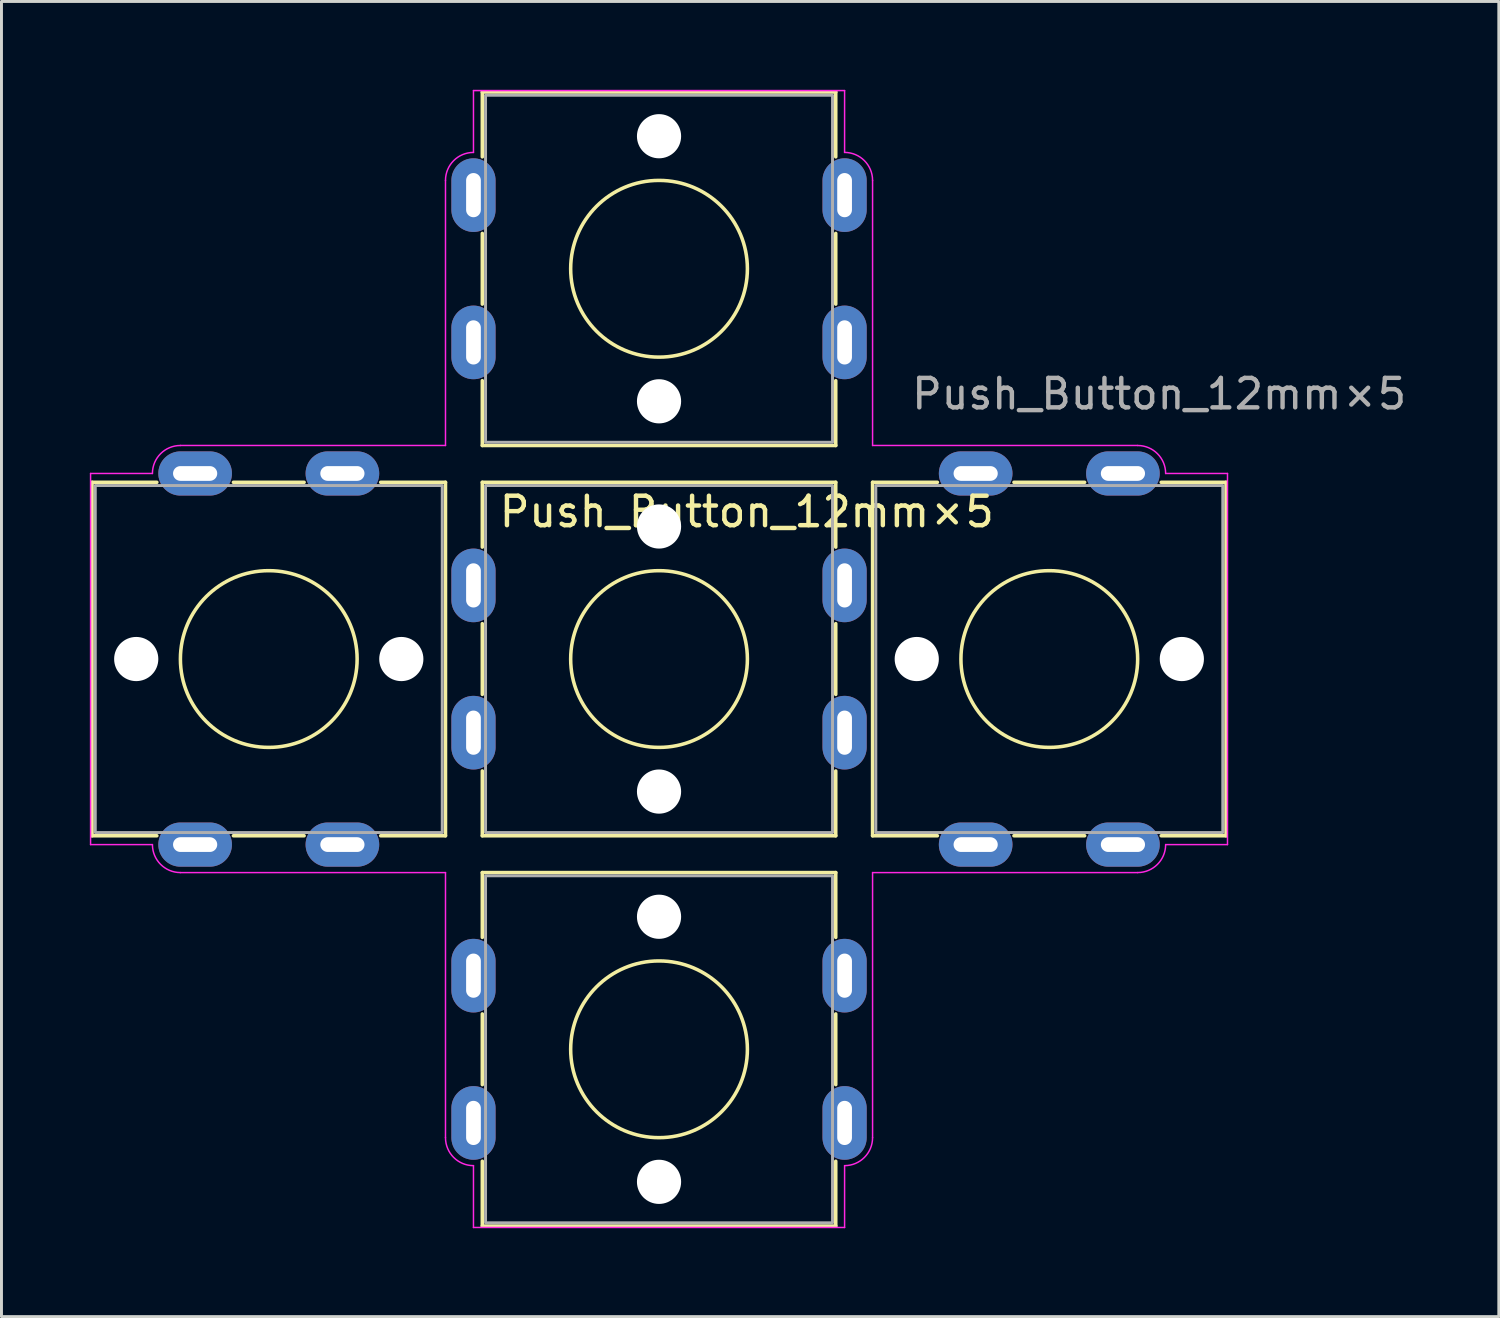
<source format=kicad_pcb>
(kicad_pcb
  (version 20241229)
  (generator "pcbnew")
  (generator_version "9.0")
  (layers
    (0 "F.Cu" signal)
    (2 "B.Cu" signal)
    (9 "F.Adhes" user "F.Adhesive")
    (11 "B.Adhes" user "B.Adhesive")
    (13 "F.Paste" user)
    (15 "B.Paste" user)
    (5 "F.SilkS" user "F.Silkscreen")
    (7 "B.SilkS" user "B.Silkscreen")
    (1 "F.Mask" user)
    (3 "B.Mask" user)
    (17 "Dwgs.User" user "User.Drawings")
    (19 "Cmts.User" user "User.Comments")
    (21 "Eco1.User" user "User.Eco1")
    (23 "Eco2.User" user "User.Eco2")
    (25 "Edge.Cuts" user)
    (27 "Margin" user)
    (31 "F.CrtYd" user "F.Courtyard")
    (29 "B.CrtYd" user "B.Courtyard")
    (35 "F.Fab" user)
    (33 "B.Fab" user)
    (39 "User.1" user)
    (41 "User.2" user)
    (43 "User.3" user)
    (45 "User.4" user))
  (footprint "Push_Button_12mm×5"
    (layer "F.Cu")
    (at 19.325 19.325)
    (property "Reference" "Push_Button_12mm×5" (at -5.5 -5 0) (layer "F.SilkS") (effects (font (size 1 1) (thickness 0.15)) (justify left)))
    (attr through_hole)
    (fp_line (start -19.25 -6) (end -17.05 -6) (stroke (width 0.12) (type default)) (layer "F.SilkS"))
    (fp_line (start -19.25 6) (end -19.25 -6) (stroke (width 0.12) (type default)) (layer "F.SilkS"))
    (fp_line (start -19.25 6) (end -17.05 6) (stroke (width 0.12) (type default)) (layer "F.SilkS"))
    (fp_line (start -14.45 -6) (end -12.05 -6) (stroke (width 0.12) (type default)) (layer "F.SilkS"))
    (fp_line (start -14.45 6) (end -12.05 6) (stroke (width 0.12) (type default)) (layer "F.SilkS"))
    (fp_line (start -9.45 -6) (end -7.25 -6) (stroke (width 0.12) (type default)) (layer "F.SilkS"))
    (fp_line (start -9.45 6) (end -7.25 6) (stroke (width 0.12) (type default)) (layer "F.SilkS"))
    (fp_line (start -7.25 -6) (end -7.25 6) (stroke (width 0.12) (type default)) (layer "F.SilkS"))
    (fp_line (start -6 -19.25) (end -6 -17.05) (stroke (width 0.12) (type default)) (layer "F.SilkS"))
    (fp_line (start -6 -19.25) (end 6 -19.25) (stroke (width 0.12) (type default)) (layer "F.SilkS"))
    (fp_line (start -6 -14.45) (end -6 -12.05) (stroke (width 0.12) (type default)) (layer "F.SilkS"))
    (fp_line (start -6 -9.45) (end -6 -7.25) (stroke (width 0.12) (type default)) (layer "F.SilkS"))
    (fp_line (start -6 -6) (end -6 -3.8) (stroke (width 0.12) (type default)) (layer "F.SilkS"))
    (fp_line (start -6 -6) (end 6 -6) (stroke (width 0.12) (type default)) (layer "F.SilkS"))
    (fp_line (start -6 -1.2) (end -6 1.2) (stroke (width 0.12) (type default)) (layer "F.SilkS"))
    (fp_line (start -6 3.8) (end -6 6) (stroke (width 0.12) (type default)) (layer "F.SilkS"))
    (fp_line (start -6 7.25) (end -6 9.45) (stroke (width 0.12) (type default)) (layer "F.SilkS"))
    (fp_line (start -6 7.25) (end 6 7.25) (stroke (width 0.12) (type default)) (layer "F.SilkS"))
    (fp_line (start -6 12.05) (end -6 14.45) (stroke (width 0.12) (type default)) (layer "F.SilkS"))
    (fp_line (start -6 17.05) (end -6 19.25) (stroke (width 0.12) (type default)) (layer "F.SilkS"))
    (fp_line (start 6 -19.25) (end 6 -17.05) (stroke (width 0.12) (type default)) (layer "F.SilkS"))
    (fp_line (start 6 -14.45) (end 6 -12.05) (stroke (width 0.12) (type default)) (layer "F.SilkS"))
    (fp_line (start 6 -9.45) (end 6 -7.25) (stroke (width 0.12) (type default)) (layer "F.SilkS"))
    (fp_line (start 6 -7.25) (end -6 -7.25) (stroke (width 0.12) (type default)) (layer "F.SilkS"))
    (fp_line (start 6 -6) (end 6 -3.8) (stroke (width 0.12) (type default)) (layer "F.SilkS"))
    (fp_line (start 6 -1.2) (end 6 1.2) (stroke (width 0.12) (type default)) (layer "F.SilkS"))
    (fp_line (start 6 3.8) (end 6 6) (stroke (width 0.12) (type default)) (layer "F.SilkS"))
    (fp_line (start 6 6) (end -6 6) (stroke (width 0.12) (type default)) (layer "F.SilkS"))
    (fp_line (start 6 7.25) (end 6 9.45) (stroke (width 0.12) (type default)) (layer "F.SilkS"))
    (fp_line (start 6 12.05) (end 6 14.45) (stroke (width 0.12) (type default)) (layer "F.SilkS"))
    (fp_line (start 6 17.05) (end 6 19.25) (stroke (width 0.12) (type default)) (layer "F.SilkS"))
    (fp_line (start 6 19.25) (end -6 19.25) (stroke (width 0.12) (type default)) (layer "F.SilkS"))
    (fp_line (start 7.25 -6) (end 7.25 6) (stroke (width 0.12) (type default)) (layer "F.SilkS"))
    (fp_line (start 7.25 -6) (end 9.45 -6) (stroke (width 0.12) (type default)) (layer "F.SilkS"))
    (fp_line (start 7.25 6) (end 9.45 6) (stroke (width 0.12) (type default)) (layer "F.SilkS"))
    (fp_line (start 12.05 -6) (end 14.45 -6) (stroke (width 0.12) (type default)) (layer "F.SilkS"))
    (fp_line (start 12.05 6) (end 14.45 6) (stroke (width 0.12) (type default)) (layer "F.SilkS"))
    (fp_line (start 17.05 -6) (end 19.25 -6) (stroke (width 0.12) (type default)) (layer "F.SilkS"))
    (fp_line (start 17.05 6) (end 19.25 6) (stroke (width 0.12) (type default)) (layer "F.SilkS"))
    (fp_line (start 19.25 -6) (end 19.25 6) (stroke (width 0.12) (type default)) (layer "F.SilkS"))
    (fp_circle (center -13.25 0) (end -10.25 0) (stroke (width 0.12) (type default)) (fill no) (layer "F.SilkS"))
    (fp_circle (center 0 -13.25) (end 3 -13.25) (stroke (width 0.12) (type default)) (fill no) (layer "F.SilkS"))
    (fp_circle (center 0 0) (end 3 0) (stroke (width 0.12) (type default)) (fill no) (layer "F.SilkS"))
    (fp_circle (center 0 13.25) (end 3 13.25) (stroke (width 0.12) (type default)) (fill no) (layer "F.SilkS"))
    (fp_circle (center 13.25 0) (end 16.25 0) (stroke (width 0.12) (type default)) (fill no) (layer "F.SilkS"))
    (fp_line (start -19.3 -6.3) (end -19.3 6.3) (stroke (width 0.05) (type default)) (layer "F.CrtYd"))
    (fp_line (start -19.3 -6.3) (end -17.2 -6.3) (stroke (width 0.05) (type default)) (layer "F.CrtYd"))
    (fp_line (start -19.3 6.3) (end -17.2 6.3) (stroke (width 0.05) (type default)) (layer "F.CrtYd"))
    (fp_line (start -16.25 -7.25) (end -7.25 -7.25) (stroke (width 0.05) (type default)) (layer "F.CrtYd"))
    (fp_line (start -7.25 -7.25) (end -7.25 -16.25) (stroke (width 0.05) (type default)) (layer "F.CrtYd"))
    (fp_line (start -7.25 7.25) (end -16.25 7.25) (stroke (width 0.05) (type default)) (layer "F.CrtYd"))
    (fp_line (start -7.25 16.25) (end -7.25 7.25) (stroke (width 0.05) (type default)) (layer "F.CrtYd"))
    (fp_line (start -6.3 -19.3) (end -6.3 -17.2) (stroke (width 0.05) (type default)) (layer "F.CrtYd"))
    (fp_line (start -6.3 -19.3) (end 6.3 -19.3) (stroke (width 0.05) (type default)) (layer "F.CrtYd"))
    (fp_line (start -6.3 19.3) (end -6.3 17.2) (stroke (width 0.05) (type default)) (layer "F.CrtYd"))
    (fp_line (start 6.3 -19.3) (end 6.3 -17.2) (stroke (width 0.05) (type default)) (layer "F.CrtYd"))
    (fp_line (start 6.3 19.3) (end -6.3 19.3) (stroke (width 0.05) (type default)) (layer "F.CrtYd"))
    (fp_line (start 6.3 19.3) (end 6.3 17.2) (stroke (width 0.05) (type default)) (layer "F.CrtYd"))
    (fp_line (start 7.25 -16.25) (end 7.25 -7.25) (stroke (width 0.05) (type default)) (layer "F.CrtYd"))
    (fp_line (start 7.25 -7.25) (end 16.25 -7.25) (stroke (width 0.05) (type default)) (layer "F.CrtYd"))
    (fp_line (start 7.25 7.25) (end 7.25 16.25) (stroke (width 0.05) (type default)) (layer "F.CrtYd"))
    (fp_line (start 16.25 7.25) (end 7.25 7.25) (stroke (width 0.05) (type default)) (layer "F.CrtYd"))
    (fp_line (start 19.3 -6.3) (end 17.2 -6.3) (stroke (width 0.05) (type default)) (layer "F.CrtYd"))
    (fp_line (start 19.3 -6.3) (end 19.3 6.3) (stroke (width 0.05) (type default)) (layer "F.CrtYd"))
    (fp_line (start 19.3 6.3) (end 17.2 6.3) (stroke (width 0.05) (type default)) (layer "F.CrtYd"))
    (fp_arc (start -17.2 -6.3) (mid -16.921751 -6.971751) (end -16.25 -7.25) (stroke (width 0.05) (type default)) (layer "F.CrtYd"))
    (fp_arc (start -16.25 7.25) (mid -16.921751 6.971751) (end -17.2 6.3) (stroke (width 0.05) (type default)) (layer "F.CrtYd"))
    (fp_arc (start -7.25 -16.25) (mid -6.971751 -16.921751) (end -6.3 -17.2) (stroke (width 0.05) (type default)) (layer "F.CrtYd"))
    (fp_arc (start -6.3 17.2) (mid -6.971751 16.921751) (end -7.25 16.25) (stroke (width 0.05) (type default)) (layer "F.CrtYd"))
    (fp_arc (start 6.3 -17.2) (mid 6.971751 -16.921751) (end 7.25 -16.25) (stroke (width 0.05) (type default)) (layer "F.CrtYd"))
    (fp_arc (start 7.25 16.25) (mid 6.971751 16.921751) (end 6.3 17.2) (stroke (width 0.05) (type default)) (layer "F.CrtYd"))
    (fp_arc (start 16.25 -7.25) (mid 16.921751 -6.971751) (end 17.2 -6.3) (stroke (width 0.05) (type default)) (layer "F.CrtYd"))
    (fp_arc (start 17.2 6.3) (mid 16.921751 6.971751) (end 16.25 7.25) (stroke (width 0.05) (type default)) (layer "F.CrtYd"))
    (fp_rect (start -19.14 -5.89) (end -7.36 5.89) (stroke (width 0.1) (type default)) (fill no) (layer "F.Fab"))
    (fp_rect (start -5.89 -19.14) (end 5.89 -7.36) (stroke (width 0.1) (type default)) (fill no) (layer "F.Fab"))
    (fp_rect (start -5.89 -5.89) (end 5.89 5.89) (stroke (width 0.1) (type default)) (fill no) (layer "F.Fab"))
    (fp_rect (start -5.89 7.36) (end 5.89 19.14) (stroke (width 0.1) (type default)) (fill no) (layer "F.Fab"))
    (fp_rect (start 7.36 -5.89) (end 19.14 5.89) (stroke (width 0.1) (type default)) (fill no) (layer "F.Fab"))
    (fp_text user "${REFERENCE}" (at 8.5 -9 0) (layer "F.Fab") (effects (font (size 1 1) (thickness 0.15)) (justify left)))
    (pad "" np_thru_hole circle (at -17.75 0 90) (size 1.5 1.5) (drill 1.5) (layers "*.Cu" "*.Mask"))
    (pad "" np_thru_hole circle (at -8.75 0 90) (size 1.5 1.5) (drill 1.5) (layers "*.Cu" "*.Mask"))
    (pad "" np_thru_hole circle (at 0 -17.75) (size 1.5 1.5) (drill 1.5) (layers "*.Cu" "*.Mask"))
    (pad "" np_thru_hole circle (at 0 -8.75) (size 1.5 1.5) (drill 1.5) (layers "*.Cu" "*.Mask"))
    (pad "" np_thru_hole circle (at 0 -4.5) (size 1.5 1.5) (drill 1.5) (layers "*.Cu" "*.Mask"))
    (pad "" np_thru_hole circle (at 0 4.5) (size 1.5 1.5) (drill 1.5) (layers "*.Cu" "*.Mask"))
    (pad "" np_thru_hole circle (at 0 8.75) (size 1.5 1.5) (drill 1.5) (layers "*.Cu" "*.Mask"))
    (pad "" np_thru_hole circle (at 0 17.75) (size 1.5 1.5) (drill 1.5) (layers "*.Cu" "*.Mask"))
    (pad "" np_thru_hole circle (at 8.75 0 90) (size 1.5 1.5) (drill 1.5) (layers "*.Cu" "*.Mask"))
    (pad "" np_thru_hole circle (at 17.75 0 90) (size 1.5 1.5) (drill 1.5) (layers "*.Cu" "*.Mask"))
    (pad "1" thru_hole oval (at -6.3 -2.5) (size 1.5 2.5) (drill oval 0.5 1.5) (layers "*.Cu" "*.Mask"))
    (pad "1" thru_hole oval (at 6.3 -2.5) (size 1.5 2.5) (drill oval 0.5 1.5) (layers "*.Cu" "*.Mask"))
    (pad "2" thru_hole oval (at -6.3 2.5) (size 1.5 2.5) (drill oval 0.5 1.5) (layers "*.Cu" "*.Mask"))
    (pad "2" thru_hole oval (at 6.3 2.5) (size 1.5 2.5) (drill oval 0.5 1.5) (layers "*.Cu" "*.Mask"))
    (pad "3" thru_hole oval (at -6.3 -15.75) (size 1.5 2.5) (drill oval 0.5 1.5) (layers "*.Cu" "*.Mask"))
    (pad "3" thru_hole oval (at 6.3 -15.75) (size 1.5 2.5) (drill oval 0.5 1.5) (layers "*.Cu" "*.Mask"))
    (pad "4" thru_hole oval (at -6.3 -10.75) (size 1.5 2.5) (drill oval 0.5 1.5) (layers "*.Cu" "*.Mask"))
    (pad "4" thru_hole oval (at 6.3 -10.75) (size 1.5 2.5) (drill oval 0.5 1.5) (layers "*.Cu" "*.Mask"))
    (pad "5" thru_hole oval (at -15.75 -6.3 90) (size 1.5 2.5) (drill oval 0.5 1.5) (layers "*.Cu" "*.Mask"))
    (pad "5" thru_hole oval (at -15.75 6.3 90) (size 1.5 2.5) (drill oval 0.5 1.5) (layers "*.Cu" "*.Mask"))
    (pad "6" thru_hole oval (at -10.75 -6.3 90) (size 1.5 2.5) (drill oval 0.5 1.5) (layers "*.Cu" "*.Mask"))
    (pad "6" thru_hole oval (at -10.75 6.3 90) (size 1.5 2.5) (drill oval 0.5 1.5) (layers "*.Cu" "*.Mask"))
    (pad "7" thru_hole oval (at -6.3 15.75) (size 1.5 2.5) (drill oval 0.5 1.5) (layers "*.Cu" "*.Mask"))
    (pad "7" thru_hole oval (at 6.3 15.75) (size 1.5 2.5) (drill oval 0.5 1.5) (layers "*.Cu" "*.Mask"))
    (pad "8" thru_hole oval (at -6.3 10.75) (size 1.5 2.5) (drill oval 0.5 1.5) (layers "*.Cu" "*.Mask"))
    (pad "8" thru_hole oval (at 6.3 10.75) (size 1.5 2.5) (drill oval 0.5 1.5) (layers "*.Cu" "*.Mask"))
    (pad "9" thru_hole oval (at 15.75 -6.3 90) (size 1.5 2.5) (drill oval 0.5 1.5) (layers "*.Cu" "*.Mask"))
    (pad "9" thru_hole oval (at 15.75 6.3 90) (size 1.5 2.5) (drill oval 0.5 1.5) (layers "*.Cu" "*.Mask"))
    (pad "10" thru_hole oval (at 10.75 -6.3 90) (size 1.5 2.5) (drill oval 0.5 1.5) (layers "*.Cu" "*.Mask"))
    (pad "10" thru_hole oval (at 10.75 6.3 90) (size 1.5 2.5) (drill oval 0.5 1.5) (layers "*.Cu" "*.Mask")))
  (gr_rect
    (start -3 -3)
    (end 47.837 41.65)
    (stroke (width 0.1) (type default))
    (fill no)
    (layer "Edge.Cuts")))
</source>
